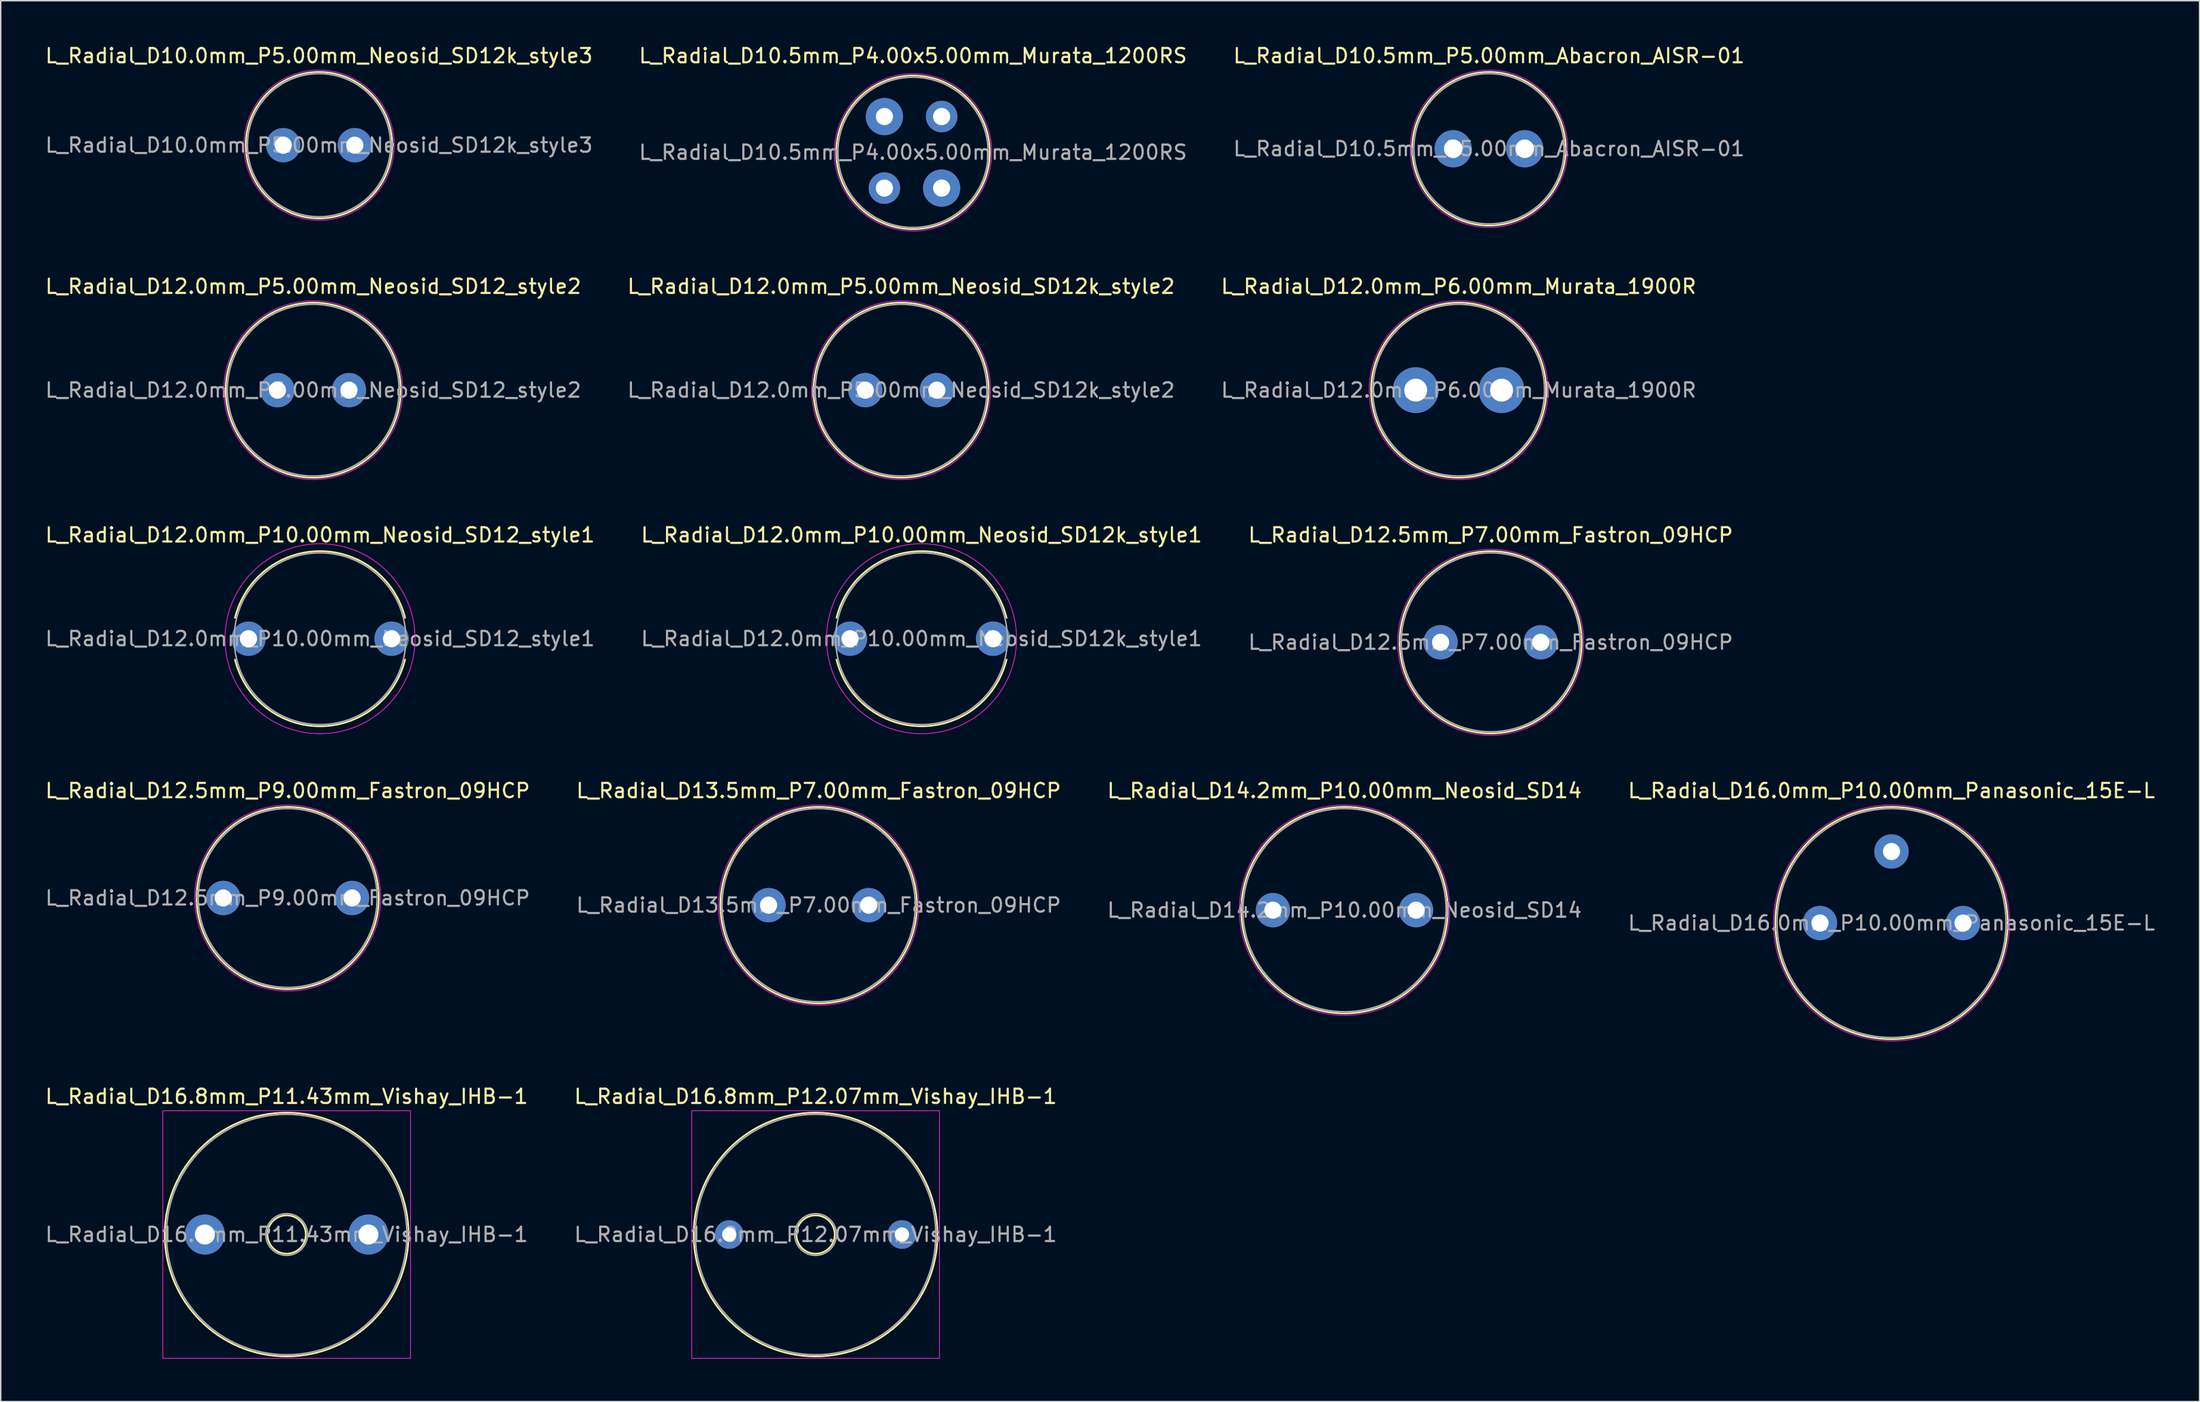
<source format=kicad_pcb>
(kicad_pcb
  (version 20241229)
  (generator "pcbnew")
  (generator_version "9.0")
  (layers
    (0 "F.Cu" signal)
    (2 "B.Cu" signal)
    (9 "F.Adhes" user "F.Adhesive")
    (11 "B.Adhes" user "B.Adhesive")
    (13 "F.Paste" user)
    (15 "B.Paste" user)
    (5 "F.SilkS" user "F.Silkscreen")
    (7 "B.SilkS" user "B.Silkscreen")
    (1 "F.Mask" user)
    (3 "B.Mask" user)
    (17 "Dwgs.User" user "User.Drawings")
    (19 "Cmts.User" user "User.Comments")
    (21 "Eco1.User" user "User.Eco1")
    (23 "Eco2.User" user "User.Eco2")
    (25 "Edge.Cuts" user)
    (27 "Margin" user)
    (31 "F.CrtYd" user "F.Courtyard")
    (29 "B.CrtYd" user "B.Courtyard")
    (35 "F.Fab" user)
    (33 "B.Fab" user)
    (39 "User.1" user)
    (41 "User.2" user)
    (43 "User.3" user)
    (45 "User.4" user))
  (footprint "L_Radial_D12.0mm_P6.00mm_Murata_1900R"
    (layer "F.Cu")
    (at 95.887 24.221)
    (property "Reference" "L_Radial_D12.0mm_P6.00mm_Murata_1900R" (at 3 -7.25 0) (layer "F.SilkS") (effects (font (size 1 1) (thickness 0.15))))
    (attr through_hole)
    (fp_circle (center 3 0) (end 9.12 0) (stroke (width 0.12) (type solid)) (fill no) (layer "F.SilkS"))
    (fp_circle (center 3 0) (end 9.25 0) (stroke (width 0.05) (type solid)) (fill no) (layer "F.CrtYd"))
    (fp_circle (center 3 0) (end 9 0) (stroke (width 0.1) (type solid)) (fill no) (layer "F.Fab"))
    (fp_text user "${REFERENCE}" (at 3 0 0) (layer "F.Fab") (effects (font (size 1 1) (thickness 0.15))))
    (pad "1" thru_hole circle (at 0 0) (size 3.2 3.2) (drill 1.6) (layers "*.Cu" "*.Mask"))
    (pad "2" thru_hole circle (at 6 0) (size 3.2 3.2) (drill 1.6) (layers "*.Cu" "*.Mask")))
  (footprint "L_Radial_D10.5mm_P5.00mm_Abacron_AISR-01"
    (layer "F.Cu")
    (at 98.506 7.348)
    (property "Reference" "L_Radial_D10.5mm_P5.00mm_Abacron_AISR-01" (at 2.5 -6.5 0) (layer "F.SilkS") (effects (font (size 1 1) (thickness 0.15))))
    (attr through_hole)
    (fp_circle (center 2.5 0) (end 7.87 0) (stroke (width 0.12) (type solid)) (fill no) (layer "F.SilkS"))
    (fp_circle (center 2.5 0) (end 8 0) (stroke (width 0.05) (type solid)) (fill no) (layer "F.CrtYd"))
    (fp_circle (center 2.5 0) (end 7.75 0) (stroke (width 0.1) (type solid)) (fill no) (layer "F.Fab"))
    (fp_text user "${REFERENCE}" (at 2.5 0 0) (layer "F.Fab") (effects (font (size 1 1) (thickness 0.15))))
    (pad "1" thru_hole circle (at 0 0) (size 2.6 2.6) (drill 1.3) (layers "*.Cu" "*.Mask"))
    (pad "2" thru_hole circle (at 5 0) (size 2.6 2.6) (drill 1.3) (layers "*.Cu" "*.Mask")))
  (footprint "L_Radial_D13.5mm_P7.00mm_Fastron_09HCP"
    (layer "F.Cu")
    (at 50.661 60.218)
    (property "Reference" "L_Radial_D13.5mm_P7.00mm_Fastron_09HCP" (at 3.5 -8 0) (layer "F.SilkS") (effects (font (size 1 1) (thickness 0.15))))
    (attr through_hole)
    (fp_circle (center 3.5 0) (end 10.37 0) (stroke (width 0.12) (type solid)) (fill no) (layer "F.SilkS"))
    (fp_circle (center 3.5 0) (end 10.5 0) (stroke (width 0.05) (type solid)) (fill no) (layer "F.CrtYd"))
    (fp_circle (center 3.5 0) (end 10.25 0) (stroke (width 0.1) (type solid)) (fill no) (layer "F.Fab"))
    (fp_text user "${REFERENCE}" (at 3.5 0 0) (layer "F.Fab") (effects (font (size 1 1) (thickness 0.15))))
    (pad "1" thru_hole circle (at 0 0) (size 2.4 2.4) (drill 1.2) (layers "*.Cu" "*.Mask"))
    (pad "2" thru_hole circle (at 7 0) (size 2.4 2.4) (drill 1.2) (layers "*.Cu" "*.Mask")))
  (footprint "L_Radial_D16.0mm_P10.00mm_Panasonic_15E-L"
    (layer "F.Cu")
    (at 124.137 61.468)
    (property "Reference" "L_Radial_D16.0mm_P10.00mm_Panasonic_15E-L" (at 5 -9.25 0) (layer "F.SilkS") (effects (font (size 1 1) (thickness 0.15))))
    (attr through_hole)
    (fp_circle (center 5 0) (end 13.12 0) (stroke (width 0.12) (type solid)) (fill no) (layer "F.SilkS"))
    (fp_circle (center 5 0) (end 13.25 0) (stroke (width 0.05) (type solid)) (fill no) (layer "F.CrtYd"))
    (fp_circle (center 5 0) (end 13 0) (stroke (width 0.1) (type solid)) (fill no) (layer "F.Fab"))
    (fp_text user "${REFERENCE}" (at 5 0 0) (layer "F.Fab") (effects (font (size 1 1) (thickness 0.15))))
    (pad "1" thru_hole circle (at 0 0) (size 2.4 2.4) (drill 1.2) (layers "*.Cu" "*.Mask"))
    (pad "2" thru_hole circle (at 10 0) (size 2.4 2.4) (drill 1.2) (layers "*.Cu" "*.Mask"))
    (pad "MP" thru_hole circle (at 5 -5 90) (size 2.4 2.4) (drill 1.2) (layers "*.Cu" "*.Mask")))
  (footprint "L_Radial_D12.5mm_P9.00mm_Fastron_09HCP"
    (layer "F.Cu")
    (at 12.554 59.718)
    (property "Reference" "L_Radial_D12.5mm_P9.00mm_Fastron_09HCP" (at 4.5 -7.5 0) (layer "F.SilkS") (effects (font (size 1 1) (thickness 0.15))))
    (attr through_hole)
    (fp_circle (center 4.5 0) (end 10.87 0) (stroke (width 0.12) (type solid)) (fill no) (layer "F.SilkS"))
    (fp_circle (center 4.5 0) (end 11 0) (stroke (width 0.05) (type solid)) (fill no) (layer "F.CrtYd"))
    (fp_circle (center 4.5 0) (end 10.75 0) (stroke (width 0.1) (type solid)) (fill no) (layer "F.Fab"))
    (fp_text user "${REFERENCE}" (at 4.5 0 0) (layer "F.Fab") (effects (font (size 1 1) (thickness 0.15))))
    (pad "1" thru_hole circle (at 0 0) (size 2.4 2.4) (drill 1.2) (layers "*.Cu" "*.Mask"))
    (pad "2" thru_hole circle (at 9 0) (size 2.4 2.4) (drill 1.2) (layers "*.Cu" "*.Mask")))
  (footprint "L_Radial_D16.8mm_P11.43mm_Vishay_IHB-1"
    (layer "F.Cu")
    (at 11.267 83.241)
    (property "Reference" "L_Radial_D16.8mm_P11.43mm_Vishay_IHB-1" (at 5.715 -9.65 0) (layer "F.SilkS") (effects (font (size 1 1) (thickness 0.15))))
    (attr through_hole)
    (fp_circle (center 5.715 0) (end 7.055 0) (stroke (width 0.12) (type solid)) (fill no) (layer "F.SilkS"))
    (fp_circle (center 5.715 0) (end 14.235 0) (stroke (width 0.12) (type solid)) (fill no) (layer "F.SilkS"))
    (fp_rect (start -2.94 -8.65) (end 14.37 8.65) (stroke (width 0.05) (type solid)) (fill no) (layer "F.CrtYd"))
    (fp_circle (center 5.715 0) (end 7.175 0) (stroke (width 0.1) (type solid)) (fill no) (layer "F.Fab"))
    (fp_circle (center 5.715 0) (end 14.115 0) (stroke (width 0.1) (type solid)) (fill no) (layer "F.Fab"))
    (fp_text user "${REFERENCE}" (at 5.715 0 0) (layer "F.Fab") (effects (font (size 1 1) (thickness 0.15))))
    (pad "1" thru_hole circle (at 0 0) (size 2.8 2.8) (drill 1.4) (layers "*.Cu" "*.Mask"))
    (pad "2" thru_hole circle (at 11.43 0) (size 2.8 2.8) (drill 1.4) (layers "*.Cu" "*.Mask")))
  (footprint "L_Radial_D10.5mm_P4.00x5.00mm_Murata_1200RS"
    (layer "F.Cu")
    (at 58.756 5.098)
    (property "Reference" "L_Radial_D10.5mm_P4.00x5.00mm_Murata_1200RS" (at 2 -4.25 0) (layer "F.SilkS") (effects (font (size 1 1) (thickness 0.15))))
    (attr through_hole)
    (fp_circle (center 2 2.5) (end 7.37 2.5) (stroke (width 0.12) (type solid)) (fill no) (layer "F.SilkS"))
    (fp_circle (center 2 2.5) (end 7.5 2.5) (stroke (width 0.05) (type solid)) (fill no) (layer "F.CrtYd"))
    (fp_circle (center 2 2.5) (end 7.25 2.5) (stroke (width 0.1) (type solid)) (fill no) (layer "F.Fab"))
    (fp_text user "${REFERENCE}" (at 2 2.5 0) (layer "F.Fab") (effects (font (size 1 1) (thickness 0.15))))
    (pad "" thru_hole circle (at 0 5) (size 2.2 2.2) (drill 1.2) (layers "*.Cu" "*.Mask"))
    (pad "" thru_hole circle (at 4 0) (size 2.2 2.2) (drill 1.2) (layers "*.Cu" "*.Mask"))
    (pad "1" thru_hole circle (at 0 0) (size 2.6 2.6) (drill 1.2) (layers "*.Cu" "*.Mask"))
    (pad "2" thru_hole circle (at 4 5) (size 2.6 2.6) (drill 1.2) (layers "*.Cu" "*.Mask")))
  (footprint "L_Radial_D14.2mm_P10.00mm_Neosid_SD14"
    (layer "F.Cu")
    (at 85.911 60.568)
    (property "Reference" "L_Radial_D14.2mm_P10.00mm_Neosid_SD14" (at 5 -8.35 0) (layer "F.SilkS") (effects (font (size 1 1) (thickness 0.15))))
    (attr through_hole)
    (fp_circle (center 5 0) (end 12.22 0) (stroke (width 0.12) (type solid)) (fill no) (layer "F.SilkS"))
    (fp_circle (center 5 0) (end 12.35 0) (stroke (width 0.05) (type solid)) (fill no) (layer "F.CrtYd"))
    (fp_circle (center 5 0) (end 12.1 0) (stroke (width 0.1) (type solid)) (fill no) (layer "F.Fab"))
    (fp_text user "${REFERENCE}" (at 5 0 0) (layer "F.Fab") (effects (font (size 1 1) (thickness 0.15))))
    (pad "1" thru_hole circle (at 0 0) (size 2.4 2.4) (drill 1.2) (layers "*.Cu" "*.Mask"))
    (pad "2" thru_hole circle (at 10 0) (size 2.4 2.4) (drill 1.2) (layers "*.Cu" "*.Mask")))
  (footprint "L_Radial_D10.0mm_P5.00mm_Neosid_SD12k_style3"
    (layer "F.Cu")
    (at 16.744 7.098)
    (property "Reference" "L_Radial_D10.0mm_P5.00mm_Neosid_SD12k_style3" (at 2.5 -6.25 0) (layer "F.SilkS") (effects (font (size 1 1) (thickness 0.15))))
    (attr through_hole)
    (fp_circle (center 2.5 0) (end 7.62 0) (stroke (width 0.12) (type solid)) (fill no) (layer "F.SilkS"))
    (fp_circle (center 2.5 0) (end 7.75 0) (stroke (width 0.05) (type solid)) (fill no) (layer "F.CrtYd"))
    (fp_circle (center 2.5 0) (end 7.5 0) (stroke (width 0.1) (type solid)) (fill no) (layer "F.Fab"))
    (fp_text user "${REFERENCE}" (at 2.5 0 0) (layer "F.Fab") (effects (font (size 1 1) (thickness 0.15))))
    (pad "1" thru_hole circle (at 0 0) (size 2.4 2.4) (drill 1.2) (layers "*.Cu" "*.Mask"))
    (pad "2" thru_hole circle (at 5 0) (size 2.4 2.4) (drill 1.2) (layers "*.Cu" "*.Mask")))
  (footprint "L_Radial_D16.8mm_P12.07mm_Vishay_IHB-1"
    (layer "F.Cu")
    (at 47.911 83.241)
    (property "Reference" "L_Radial_D16.8mm_P12.07mm_Vishay_IHB-1" (at 6.035 -9.65 0) (layer "F.SilkS") (effects (font (size 1 1) (thickness 0.15))))
    (attr through_hole)
    (fp_circle (center 6.035 0) (end 7.375 0) (stroke (width 0.12) (type solid)) (fill no) (layer "F.SilkS"))
    (fp_circle (center 6.035 0) (end 14.555 0) (stroke (width 0.12) (type solid)) (fill no) (layer "F.SilkS"))
    (fp_rect (start -2.62 -8.65) (end 14.69 8.65) (stroke (width 0.05) (type solid)) (fill no) (layer "F.CrtYd"))
    (fp_circle (center 6.035 0) (end 7.495 0) (stroke (width 0.1) (type solid)) (fill no) (layer "F.Fab"))
    (fp_circle (center 6.035 0) (end 14.435 0) (stroke (width 0.1) (type solid)) (fill no) (layer "F.Fab"))
    (fp_text user "${REFERENCE}" (at 6.035 0 0) (layer "F.Fab") (effects (font (size 1 1) (thickness 0.15))))
    (pad "1" thru_hole circle (at 0 0) (size 2 2) (drill 1) (layers "*.Cu" "*.Mask"))
    (pad "2" thru_hole circle (at 12.07 0) (size 2 2) (drill 1) (layers "*.Cu" "*.Mask")))
  (footprint "L_Radial_D12.0mm_P5.00mm_Neosid_SD12k_style2"
    (layer "F.Cu")
    (at 57.423 24.221)
    (property "Reference" "L_Radial_D12.0mm_P5.00mm_Neosid_SD12k_style2" (at 2.5 -7.25 0) (layer "F.SilkS") (effects (font (size 1 1) (thickness 0.15))))
    (attr through_hole)
    (fp_circle (center 2.5 0) (end 8.62 0) (stroke (width 0.12) (type solid)) (fill no) (layer "F.SilkS"))
    (fp_circle (center 2.5 0) (end 8.75 0) (stroke (width 0.05) (type solid)) (fill no) (layer "F.CrtYd"))
    (fp_circle (center 2.5 0) (end 8.5 0) (stroke (width 0.1) (type solid)) (fill no) (layer "F.Fab"))
    (fp_text user "${REFERENCE}" (at 2.5 0 0) (layer "F.Fab") (effects (font (size 1 1) (thickness 0.15))))
    (pad "1" thru_hole circle (at 0 0) (size 2.4 2.4) (drill 1.2) (layers "*.Cu" "*.Mask"))
    (pad "2" thru_hole circle (at 5 0) (size 2.4 2.4) (drill 1.2) (layers "*.Cu" "*.Mask")))
  (footprint "L_Radial_D12.5mm_P7.00mm_Fastron_09HCP"
    (layer "F.Cu")
    (at 97.625 41.845)
    (property "Reference" "L_Radial_D12.5mm_P7.00mm_Fastron_09HCP" (at 3.5 -7.5 0) (layer "F.SilkS") (effects (font (size 1 1) (thickness 0.15))))
    (attr through_hole)
    (fp_circle (center 3.5 0) (end 9.87 0) (stroke (width 0.12) (type solid)) (fill no) (layer "F.SilkS"))
    (fp_circle (center 3.5 0) (end 10 0) (stroke (width 0.05) (type solid)) (fill no) (layer "F.CrtYd"))
    (fp_circle (center 3.5 0) (end 9.75 0) (stroke (width 0.1) (type solid)) (fill no) (layer "F.Fab"))
    (fp_text user "${REFERENCE}" (at 3.5 0 0) (layer "F.Fab") (effects (font (size 1 1) (thickness 0.15))))
    (pad "1" thru_hole circle (at 0 0) (size 2.4 2.4) (drill 1.2) (layers "*.Cu" "*.Mask"))
    (pad "2" thru_hole circle (at 7 0) (size 2.4 2.4) (drill 1.2) (layers "*.Cu" "*.Mask")))
  (footprint "L_Radial_D12.0mm_P5.00mm_Neosid_SD12_style2"
    (layer "F.Cu")
    (at 16.339 24.221)
    (property "Reference" "L_Radial_D12.0mm_P5.00mm_Neosid_SD12_style2" (at 2.5 -7.25 0) (layer "F.SilkS") (effects (font (size 1 1) (thickness 0.15))))
    (attr through_hole)
    (fp_circle (center 2.5 0) (end 8.62 0) (stroke (width 0.12) (type solid)) (fill no) (layer "F.SilkS"))
    (fp_circle (center 2.5 0) (end 8.75 0) (stroke (width 0.05) (type solid)) (fill no) (layer "F.CrtYd"))
    (fp_circle (center 2.5 0) (end 8.5 0) (stroke (width 0.1) (type solid)) (fill no) (layer "F.Fab"))
    (fp_text user "${REFERENCE}" (at 2.5 0 0) (layer "F.Fab") (effects (font (size 1 1) (thickness 0.15))))
    (pad "1" thru_hole circle (at 0 0) (size 2.4 2.4) (drill 1.2) (layers "*.Cu" "*.Mask"))
    (pad "2" thru_hole circle (at 5 0) (size 2.4 2.4) (drill 1.2) (layers "*.Cu" "*.Mask")))
  (footprint "L_Radial_D12.0mm_P10.00mm_Neosid_SD12k_style1"
    (layer "F.Cu")
    (at 56.351 41.595)
    (property "Reference" "L_Radial_D12.0mm_P10.00mm_Neosid_SD12k_style1" (at 5 -7.25 0) (layer "F.SilkS") (effects (font (size 1 1) (thickness 0.15))))
    (attr through_hole)
    (fp_arc (start -0.943299 -1.46) (mid 5 -6.12) (end 10.943299 -1.46) (stroke (width 0.12) (type solid)) (layer "F.SilkS"))
    (fp_arc (start 10.943299 1.46) (mid 5 6.12) (end -0.943299 1.46) (stroke (width 0.12) (type solid)) (layer "F.SilkS"))
    (fp_circle (center 5 0) (end 11.64 0) (stroke (width 0.05) (type solid)) (fill no) (layer "F.CrtYd"))
    (fp_circle (center 5 0) (end 11 0) (stroke (width 0.1) (type solid)) (fill no) (layer "F.Fab"))
    (fp_text user "${REFERENCE}" (at 5 0 0) (layer "F.Fab") (effects (font (size 1 1) (thickness 0.15))))
    (pad "1" thru_hole circle (at 0 0) (size 2.4 2.4) (drill 1.2) (layers "*.Cu" "*.Mask"))
    (pad "2" thru_hole circle (at 10 0) (size 2.4 2.4) (drill 1.2) (layers "*.Cu" "*.Mask")))
  (footprint "L_Radial_D12.0mm_P10.00mm_Neosid_SD12_style1"
    (layer "F.Cu")
    (at 14.315 41.595)
    (property "Reference" "L_Radial_D12.0mm_P10.00mm_Neosid_SD12_style1" (at 5 -7.25 0) (layer "F.SilkS") (effects (font (size 1 1) (thickness 0.15))))
    (attr through_hole)
    (fp_arc (start -0.943299 -1.46) (mid 5 -6.12) (end 10.943299 -1.46) (stroke (width 0.12) (type solid)) (layer "F.SilkS"))
    (fp_arc (start 10.943299 1.46) (mid 5 6.12) (end -0.943299 1.46) (stroke (width 0.12) (type solid)) (layer "F.SilkS"))
    (fp_circle (center 5 0) (end 11.64 0) (stroke (width 0.05) (type solid)) (fill no) (layer "F.CrtYd"))
    (fp_circle (center 5 0) (end 11 0) (stroke (width 0.1) (type solid)) (fill no) (layer "F.Fab"))
    (fp_text user "${REFERENCE}" (at 5 0 0) (layer "F.Fab") (effects (font (size 1 1) (thickness 0.15))))
    (pad "1" thru_hole circle (at 0 0) (size 2.4 2.4) (drill 1.2) (layers "*.Cu" "*.Mask"))
    (pad "2" thru_hole circle (at 10 0) (size 2.4 2.4) (drill 1.2) (layers "*.Cu" "*.Mask")))
  (gr_rect
    (start -3 -3)
    (end 150.667 94.916)
    (stroke (width 0.1) (type default))
    (fill no)
    (layer "Edge.Cuts")))
</source>
